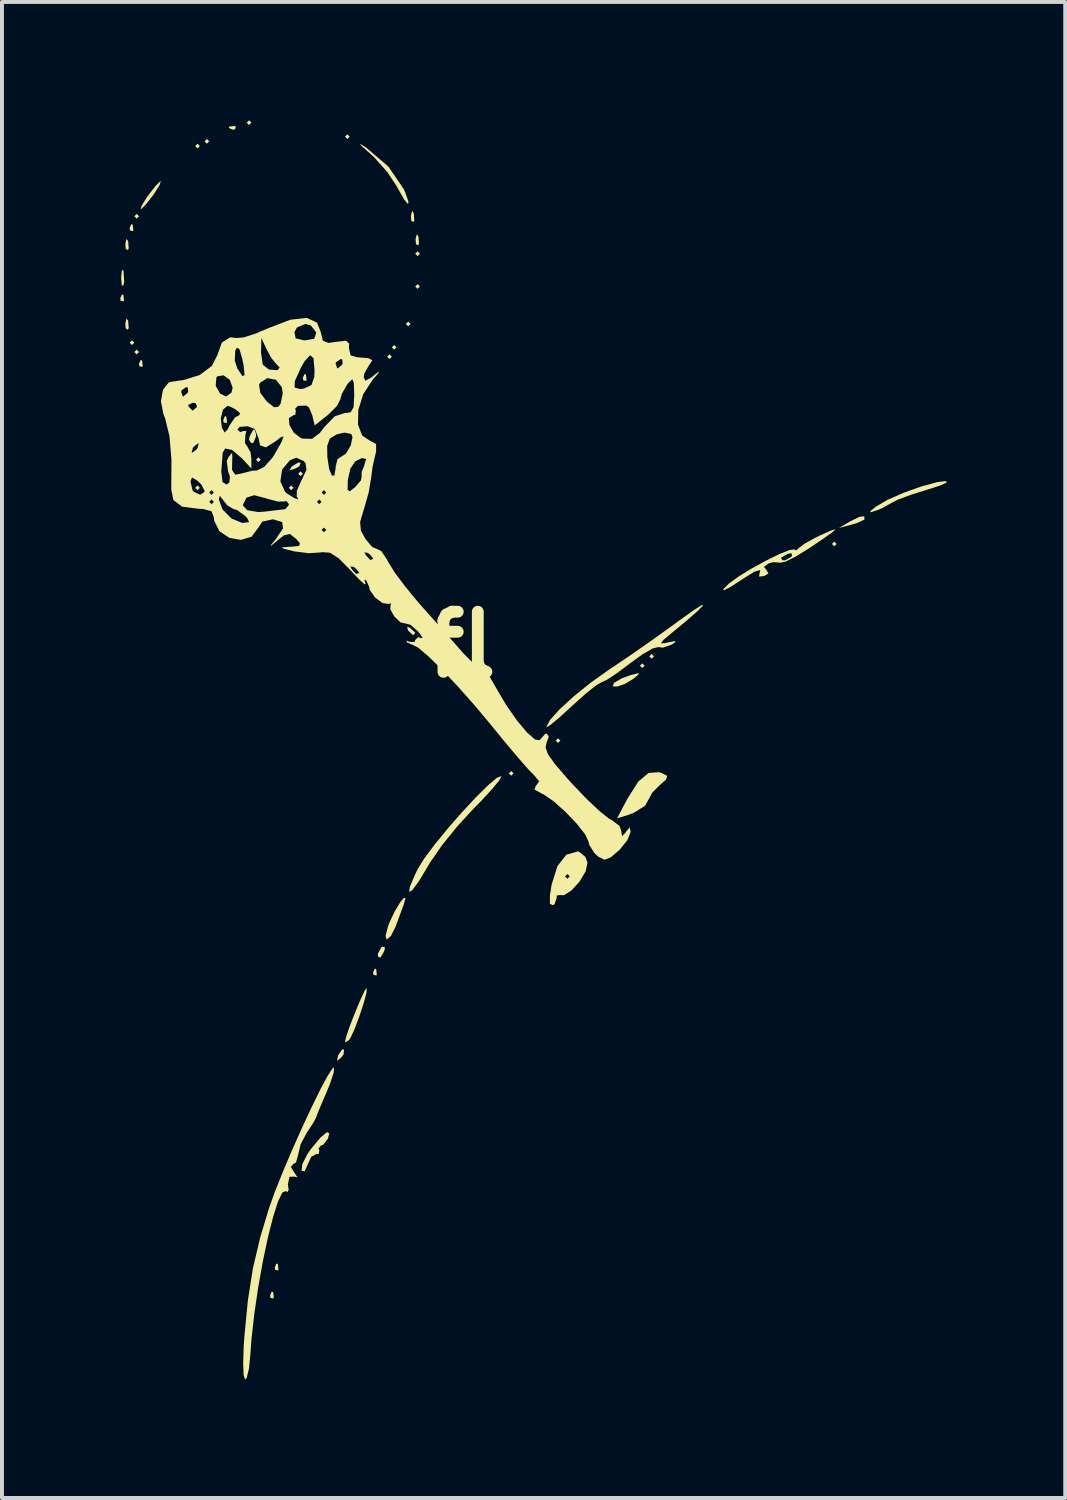
<source format=kicad_pcb>
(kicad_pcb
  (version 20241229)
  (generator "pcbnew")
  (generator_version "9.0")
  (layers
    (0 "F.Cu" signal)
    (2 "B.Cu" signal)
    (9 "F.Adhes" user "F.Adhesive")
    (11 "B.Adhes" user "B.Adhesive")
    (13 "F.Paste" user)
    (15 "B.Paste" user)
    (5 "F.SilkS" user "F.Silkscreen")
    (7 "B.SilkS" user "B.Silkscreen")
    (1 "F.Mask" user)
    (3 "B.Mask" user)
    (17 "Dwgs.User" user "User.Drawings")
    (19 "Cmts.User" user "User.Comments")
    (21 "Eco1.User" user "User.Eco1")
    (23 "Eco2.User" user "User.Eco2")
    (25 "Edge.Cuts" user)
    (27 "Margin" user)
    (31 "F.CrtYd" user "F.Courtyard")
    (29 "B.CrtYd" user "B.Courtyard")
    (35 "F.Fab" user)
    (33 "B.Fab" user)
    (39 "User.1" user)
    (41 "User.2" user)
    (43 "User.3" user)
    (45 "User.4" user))
  (footprint "fl"
    (layer "F.Cu")
    (at 8.664 13.293)
    (property "Reference" "fl" (at 0 0 0) (layer "F.SilkS") (effects (font (size 1.524 1.524) (thickness 0.3))))
    (attr board_only exclude_from_pos_files exclude_from_bom)
    (fp_poly (pts (xy -8.308 -7.656) (xy -8.368 -7.596) (xy -8.427 -7.656) (xy -8.368 -7.715)) (stroke (width 0) (type solid)) (fill yes) (layer "F.SilkS"))
    (fp_poly (pts (xy -8.19 -10.86) (xy -8.249 -10.801) (xy -8.308 -10.86) (xy -8.249 -10.92)) (stroke (width 0) (type solid)) (fill yes) (layer "F.SilkS"))
    (fp_poly (pts (xy -8.19 -7.418) (xy -8.249 -7.359) (xy -8.308 -7.418) (xy -8.249 -7.478)) (stroke (width 0) (type solid)) (fill yes) (layer "F.SilkS"))
    (fp_poly (pts (xy -6.647 -12.641) (xy -6.706 -12.581) (xy -6.765 -12.641) (xy -6.706 -12.7)) (stroke (width 0) (type solid)) (fill yes) (layer "F.SilkS"))
    (fp_poly (pts (xy -6.647 -3.976) (xy -6.706 -3.917) (xy -6.765 -3.976) (xy -6.706 -4.036)) (stroke (width 0) (type solid)) (fill yes) (layer "F.SilkS"))
    (fp_poly (pts (xy -6.409 -12.759) (xy -6.469 -12.7) (xy -6.528 -12.759) (xy -6.469 -12.819)) (stroke (width 0) (type solid)) (fill yes) (layer "F.SilkS"))
    (fp_poly (pts (xy -5.341 -13.234) (xy -5.4 -13.175) (xy -5.46 -13.234) (xy -5.4 -13.293)) (stroke (width 0) (type solid)) (fill yes) (layer "F.SilkS"))
    (fp_poly (pts (xy -5.104 -4.688) (xy -5.163 -4.629) (xy -5.222 -4.688) (xy -5.163 -4.748)) (stroke (width 0) (type solid)) (fill yes) (layer "F.SilkS"))
    (fp_poly (pts (xy -4.273 -3.976) (xy -4.332 -3.917) (xy -4.392 -3.976) (xy -4.332 -4.036)) (stroke (width 0) (type solid)) (fill yes) (layer "F.SilkS"))
    (fp_poly (pts (xy -4.036 -4.332) (xy -4.095 -4.273) (xy -4.154 -4.332) (xy -4.095 -4.392)) (stroke (width 0) (type solid)) (fill yes) (layer "F.SilkS"))
    (fp_poly (pts (xy -2.849 -12.878) (xy -2.908 -12.819) (xy -2.967 -12.878) (xy -2.908 -12.937)) (stroke (width 0) (type solid)) (fill yes) (layer "F.SilkS"))
    (fp_poly (pts (xy -1.78 -7.3) (xy -1.84 -7.24) (xy -1.899 -7.3) (xy -1.84 -7.359)) (stroke (width 0) (type solid)) (fill yes) (layer "F.SilkS"))
    (fp_poly (pts (xy -1.662 -7.537) (xy -1.721 -7.478) (xy -1.78 -7.537) (xy -1.721 -7.596)) (stroke (width 0) (type solid)) (fill yes) (layer "F.SilkS"))
    (fp_poly (pts (xy -1.306 -8.13) (xy -1.365 -8.071) (xy -1.424 -8.13) (xy -1.365 -8.19)) (stroke (width 0) (type solid)) (fill yes) (layer "F.SilkS"))
    (fp_poly (pts (xy -1.068 -9.911) (xy -1.128 -9.851) (xy -1.187 -9.911) (xy -1.128 -9.97)) (stroke (width 0) (type solid)) (fill yes) (layer "F.SilkS"))
    (fp_poly (pts (xy -1.068 -9.08) (xy -1.128 -9.021) (xy -1.187 -9.08) (xy -1.128 -9.139)) (stroke (width 0) (type solid)) (fill yes) (layer "F.SilkS"))
    (fp_poly (pts (xy 1.306 3.264) (xy 1.246 3.323) (xy 1.187 3.264) (xy 1.246 3.205)) (stroke (width 0) (type solid)) (fill yes) (layer "F.SilkS"))
    (fp_poly (pts (xy 2.493 2.433) (xy 2.433 2.493) (xy 2.374 2.433) (xy 2.433 2.374)) (stroke (width 0) (type solid)) (fill yes) (layer "F.SilkS"))
    (fp_poly (pts (xy 4.629 0.534) (xy 4.57 0.593) (xy 4.51 0.534) (xy 4.57 0.475)) (stroke (width 0) (type solid)) (fill yes) (layer "F.SilkS"))
    (fp_poly (pts (xy 4.866 0.297) (xy 4.807 0.356) (xy 4.748 0.297) (xy 4.807 0.237)) (stroke (width 0) (type solid)) (fill yes) (layer "F.SilkS"))
    (fp_poly (pts (xy 9.495 -2.552) (xy 9.436 -2.493) (xy 9.377 -2.552) (xy 9.436 -2.611)) (stroke (width 0) (type solid)) (fill yes) (layer "F.SilkS"))
    (fp_poly (pts (xy -8.585 -8.862) (xy -8.571 -8.721) (xy -8.585 -8.704) (xy -8.656 -8.72) (xy -8.664 -8.783) (xy -8.621 -8.881)) (stroke (width 0) (type solid)) (fill yes) (layer "F.SilkS"))
    (fp_poly (pts (xy -8.465 -10.23) (xy -8.451 -10.044) (xy -8.474 -10.002) (xy -8.528 -10.038) (xy -8.536 -10.158) (xy -8.507 -10.285)) (stroke (width 0) (type solid)) (fill yes) (layer "F.SilkS"))
    (fp_poly (pts (xy -8.465 -8.212) (xy -8.451 -8.026) (xy -8.474 -7.984) (xy -8.528 -8.02) (xy -8.536 -8.14) (xy -8.507 -8.267)) (stroke (width 0) (type solid)) (fill yes) (layer "F.SilkS"))
    (fp_poly (pts (xy -8.348 -10.643) (xy -8.334 -10.502) (xy -8.348 -10.484) (xy -8.419 -10.501) (xy -8.427 -10.564) (xy -8.384 -10.661)) (stroke (width 0) (type solid)) (fill yes) (layer "F.SilkS"))
    (fp_poly (pts (xy -8.111 -7.201) (xy -8.096 -7.06) (xy -8.111 -7.042) (xy -8.181 -7.059) (xy -8.19 -7.121) (xy -8.146 -7.219)) (stroke (width 0) (type solid)) (fill yes) (layer "F.SilkS"))
    (fp_poly (pts (xy -5.974 -5.776) (xy -5.96 -5.635) (xy -5.974 -5.618) (xy -6.045 -5.634) (xy -6.053 -5.697) (xy -6.01 -5.795)) (stroke (width 0) (type solid)) (fill yes) (layer "F.SilkS"))
    (fp_poly (pts (xy -5.737 -13.135) (xy -5.753 -13.065) (xy -5.816 -13.056) (xy -5.914 -13.1) (xy -5.895 -13.135) (xy -5.754 -13.149)) (stroke (width 0) (type solid)) (fill yes) (layer "F.SilkS"))
    (fp_poly (pts (xy -4.787 16.419) (xy -4.773 16.56) (xy -4.787 16.577) (xy -4.858 16.561) (xy -4.866 16.498) (xy -4.823 16.4)) (stroke (width 0) (type solid)) (fill yes) (layer "F.SilkS"))
    (fp_poly (pts (xy -4.669 15.707) (xy -4.654 15.848) (xy -4.669 15.865) (xy -4.739 15.849) (xy -4.748 15.786) (xy -4.704 15.688)) (stroke (width 0) (type solid)) (fill yes) (layer "F.SilkS"))
    (fp_poly (pts (xy -3.956 -6.845) (xy -3.942 -6.704) (xy -3.956 -6.686) (xy -4.027 -6.703) (xy -4.036 -6.765) (xy -3.992 -6.863)) (stroke (width 0) (type solid)) (fill yes) (layer "F.SilkS"))
    (fp_poly (pts (xy -2.176 8.229) (xy -2.162 8.37) (xy -2.176 8.388) (xy -2.247 8.371) (xy -2.255 8.308) (xy -2.212 8.211)) (stroke (width 0) (type solid)) (fill yes) (layer "F.SilkS"))
    (fp_poly (pts (xy -1.225 -10.942) (xy -1.21 -10.756) (xy -1.234 -10.714) (xy -1.288 -10.75) (xy -1.296 -10.87) (xy -1.267 -10.997)) (stroke (width 0) (type solid)) (fill yes) (layer "F.SilkS"))
    (fp_poly (pts (xy -1.106 -10.348) (xy -1.092 -10.163) (xy -1.115 -10.121) (xy -1.169 -10.156) (xy -1.178 -10.277) (xy -1.149 -10.403)) (stroke (width 0) (type solid)) (fill yes) (layer "F.SilkS"))
    (fp_poly (pts (xy -4.092 -4.606) (xy -4.127 -4.518) (xy -4.238 -4.459) (xy -4.377 -4.422) (xy -4.32 -4.509) (xy -4.305 -4.525) (xy -4.149 -4.619)) (stroke (width 0) (type solid)) (fill yes) (layer "F.SilkS"))
    (fp_poly (pts (xy -3.004 10.389) (xy -3.071 10.477) (xy -3.171 10.552) (xy -3.146 10.433) (xy -3.138 10.41) (xy -3.044 10.265) (xy -2.99 10.264)) (stroke (width 0) (type solid)) (fill yes) (layer "F.SilkS"))
    (fp_poly (pts (xy -1.952 7.676) (xy -1.972 7.768) (xy -2.068 7.935) (xy -2.13 7.907) (xy -2.136 7.841) (xy -2.05 7.68) (xy -2.019 7.656)) (stroke (width 0) (type solid)) (fill yes) (layer "F.SilkS"))
    (fp_poly (pts (xy -1.324 -0.427) (xy -1.198 -0.316) (xy -1.187 -0.29) (xy -1.243 -0.241) (xy -1.361 -0.35) (xy -1.376 -0.374) (xy -1.39 -0.456)) (stroke (width 0) (type solid)) (fill yes) (layer "F.SilkS"))
    (fp_poly (pts (xy 10.202 -3.171) (xy 10.017 -3.084) (xy 9.851 -3.036) (xy 9.555 -2.957) (xy 9.851 -3.131) (xy 10.078 -3.24) (xy 10.197 -3.254)) (stroke (width 0) (type solid)) (fill yes) (layer "F.SilkS"))
    (fp_poly (pts (xy -8.588 -9.484) (xy -8.582 -9.463) (xy -8.565 -9.205) (xy -8.587 -9.107) (xy -8.626 -9.103) (xy -8.642 -9.289) (xy -8.641 -9.317) (xy -8.624 -9.501)) (stroke (width 0) (type solid)) (fill yes) (layer "F.SilkS"))
    (fp_poly (pts (xy -5.228 -5.363) (xy -5.222 -5.282) (xy -5.285 -5.124) (xy -5.337 -5.104) (xy -5.403 -5.191) (xy -5.384 -5.282) (xy -5.3 -5.438) (xy -5.269 -5.46)) (stroke (width 0) (type solid)) (fill yes) (layer "F.SilkS"))
    (fp_poly (pts (xy 4.468 0.764) (xy 4.332 0.874) (xy 4.132 0.994) (xy 3.939 1.06) (xy 3.822 1.06) (xy 3.847 0.979) (xy 3.863 0.963) (xy 4.058 0.851) (xy 4.273 0.773) (xy 4.476 0.721)) (stroke (width 0) (type solid)) (fill yes) (layer "F.SilkS"))
    (fp_poly (pts (xy -7.661 -11.666) (xy -7.789 -11.458) (xy -7.834 -11.394) (xy -8.014 -11.162) (xy -8.134 -11.043) (xy -8.147 -11.038) (xy -8.125 -11.122) (xy -7.997 -11.331) (xy -7.952 -11.394) (xy -7.772 -11.627) (xy -7.652 -11.746) (xy -7.639 -11.75)) (stroke (width 0) (type solid)) (fill yes) (layer "F.SilkS"))
    (fp_poly (pts (xy -1.434 6.429) (xy -1.478 6.587) (xy -1.587 6.882) (xy -1.685 7.151) (xy -1.803 7.385) (xy -1.912 7.478) (xy -1.939 7.382) (xy -1.878 7.142) (xy -1.835 7.032) (xy -1.704 6.758) (xy -1.573 6.54) (xy -1.473 6.418)) (stroke (width 0) (type solid)) (fill yes) (layer "F.SilkS"))
    (fp_poly (pts (xy -2.424 8.83) (xy -2.497 9.101) (xy -2.607 9.434) (xy -2.727 9.752) (xy -2.832 9.977) (xy -2.864 10.024) (xy -2.958 10.084) (xy -2.967 10.064) (xy -2.928 9.907) (xy -2.83 9.629) (xy -2.701 9.3) (xy -2.57 8.989) (xy -2.465 8.767) (xy -2.416 8.701)) (stroke (width 0) (type solid)) (fill yes) (layer "F.SilkS"))
    (fp_poly (pts (xy 5.058 3.254) (xy 5.201 3.328) (xy 5.174 3.42) (xy 5.015 3.559) (xy 4.821 3.753) (xy 4.748 3.892) (xy 4.64 4.085) (xy 4.357 4.262) (xy 4.191 4.324) (xy 3.93 4.403) (xy 4.195 3.903) (xy 4.469 3.47) (xy 4.729 3.253) (xy 4.997 3.234)) (stroke (width 0) (type solid)) (fill yes) (layer "F.SilkS"))
    (fp_poly (pts (xy -2.435 -12.604) (xy -2.433 -12.603) (xy -1.867 -12.119) (xy -1.481 -11.554) (xy -1.449 -11.483) (xy -1.357 -11.23) (xy -1.369 -11.167) (xy -1.466 -11.284) (xy -1.628 -11.566) (xy -1.653 -11.616) (xy -1.896 -11.983) (xy -2.223 -12.351) (xy -2.338 -12.457) (xy -2.556 -12.648) (xy -2.588 -12.697)) (stroke (width 0) (type solid)) (fill yes) (layer "F.SilkS"))
    (fp_poly (pts (xy -3.365 12.389) (xy -3.399 12.522) (xy -3.519 12.679) (xy -3.58 12.7) (xy -3.639 12.774) (xy -3.618 12.822) (xy -3.633 12.912) (xy -3.69 12.911) (xy -3.824 12.985) (xy -3.911 13.174) (xy -3.991 13.353) (xy -4.068 13.338) (xy -4.051 13.172) (xy -3.915 12.907) (xy -3.825 12.779) (xy -3.586 12.494) (xy -3.425 12.359)) (stroke (width 0) (type solid)) (fill yes) (layer "F.SilkS"))
    (fp_poly (pts (xy 12.292 -4.114) (xy 12.13 -4.037) (xy 11.808 -3.933) (xy 11.784 -3.926) (xy 11.376 -3.798) (xy 11.05 -3.676) (xy 10.894 -3.597) (xy 10.653 -3.46) (xy 10.504 -3.401) (xy 10.34 -3.353) (xy 10.368 -3.399) (xy 10.497 -3.501) (xy 10.785 -3.67) (xy 11.198 -3.851) (xy 11.646 -4.011) (xy 12.042 -4.119) (xy 12.259 -4.146)) (stroke (width 0) (type solid)) (fill yes) (layer "F.SilkS"))
    (fp_poly (pts (xy 0.999 3.333) (xy 0.948 3.437) (xy 0.759 3.666) (xy 0.469 3.979) (xy 0.291 4.16) (xy -0.117 4.602) (xy -0.508 5.086) (xy -0.81 5.523) (xy -0.86 5.608) (xy -1.099 6.005) (xy -1.265 6.227) (xy -1.344 6.269) (xy -1.319 6.127) (xy -1.177 5.797) (xy -1.121 5.684) (xy -0.95 5.411) (xy -0.684 5.055) (xy -0.356 4.655) (xy -0.001 4.249) (xy 0.346 3.876) (xy 0.651 3.573) (xy 0.88 3.379) (xy 0.998 3.332)) (stroke (width 0) (type solid)) (fill yes) (layer "F.SilkS"))
    (fp_poly (pts (xy 2.965 5.25) (xy 3.127 5.381) (xy 3.18 5.527) (xy 3.133 5.749) (xy 2.98 6.006) (xy 2.776 6.231) (xy 2.582 6.354) (xy 2.489 6.348) (xy 2.398 6.361) (xy 2.401 6.415) (xy 2.344 6.581) (xy 2.299 6.607) (xy 2.227 6.567) (xy 2.229 6.346) (xy 2.27 6.088) (xy 2.337 5.875) (xy 2.611 5.875) (xy 2.671 5.935) (xy 2.73 5.875) (xy 2.671 5.816) (xy 2.611 5.875) (xy 2.337 5.875) (xy 2.419 5.614) (xy 2.645 5.325) (xy 2.928 5.244)) (stroke (width 0) (type solid)) (fill yes) (layer "F.SilkS"))
    (fp_poly (pts (xy 6.11 -0.992) (xy 5.968 -0.848) (xy 5.665 -0.584) (xy 5.341 -0.317) (xy 5.103 -0.118) (xy 5.041 -0.034) (xy 5.143 -0.037) (xy 5.222 -0.056) (xy 5.412 -0.095) (xy 5.393 -0.053) (xy 5.311 0.001) (xy 5.091 0.077) (xy 4.987 0.061) (xy 4.842 0.092) (xy 4.576 0.245) (xy 4.265 0.47) (xy 3.936 0.717) (xy 3.674 0.89) (xy 3.543 0.95) (xy 3.407 1.026) (xy 3.152 1.228) (xy 2.832 1.514) (xy 2.782 1.56) (xy 2.475 1.841) (xy 2.247 2.031) (xy 2.14 2.096) (xy 2.136 2.091) (xy 2.228 1.913) (xy 2.473 1.64) (xy 2.831 1.312) (xy 3.258 0.967) (xy 3.712 0.644) (xy 3.732 0.63) (xy 4.228 0.297) (xy 4.808 -0.107) (xy 5.368 -0.509) (xy 5.519 -0.62) (xy 5.891 -0.886) (xy 6.086 -1.007)) (stroke (width 0) (type solid)) (fill yes) (layer "F.SilkS"))
    (fp_poly (pts (xy 9.406 -2.863) (xy 9.161 -2.688) (xy 8.801 -2.444) (xy 8.461 -2.234) (xy 8.196 -2.102) (xy 8.07 -2.078) (xy 7.889 -2.091) (xy 7.775 -2.061) (xy 7.654 -1.971) (xy 7.715 -1.899) (xy 7.768 -1.804) (xy 7.659 -1.739) (xy 7.529 -1.725) (xy 7.538 -1.782) (xy 7.561 -1.89) (xy 7.42 -1.853) (xy 7.14 -1.681) (xy 6.824 -1.474) (xy 6.643 -1.378) (xy 6.618 -1.401) (xy 6.765 -1.547) (xy 7.002 -1.721) (xy 7.33 -1.923) (xy 7.692 -2.122) (xy 7.86 -2.205) (xy 8.088 -2.205) (xy 8.116 -2.143) (xy 8.183 -2.136) (xy 8.344 -2.223) (xy 8.367 -2.254) (xy 8.348 -2.321) (xy 8.255 -2.3) (xy 8.088 -2.205) (xy 7.86 -2.205) (xy 8.033 -2.29) (xy 8.296 -2.397) (xy 8.424 -2.416) (xy 8.429 -2.405) (xy 8.482 -2.392) (xy 8.518 -2.433) (xy 8.673 -2.553) (xy 8.959 -2.712) (xy 9.08 -2.771) (xy 9.356 -2.894) (xy 9.468 -2.928)) (stroke (width 0) (type solid)) (fill yes) (layer "F.SilkS"))
    (fp_poly (pts (xy -3.255 10.854) (xy -3.346 11.13) (xy -3.439 11.355) (xy -3.582 11.688) (xy -3.677 11.922) (xy -3.699 11.988) (xy -3.766 12.116) (xy -3.918 12.346) (xy -3.93 12.362) (xy -4.09 12.662) (xy -4.154 12.926) (xy -4.208 13.125) (xy -4.287 13.175) (xy -4.341 13.242) (xy -4.258 13.376) (xy -4.171 13.507) (xy -4.243 13.487) (xy -4.374 13.491) (xy -4.415 13.68) (xy -4.396 13.828) (xy -4.431 13.88) (xy -4.465 13.853) (xy -4.555 13.888) (xy -4.667 14.121) (xy -4.792 14.516) (xy -4.923 15.034) (xy -5.051 15.64) (xy -5.168 16.295) (xy -5.266 16.962) (xy -5.338 17.605) (xy -5.368 18.011) (xy -5.403 18.36) (xy -5.459 18.586) (xy -5.5 18.635) (xy -5.536 18.525) (xy -5.549 18.233) (xy -5.536 17.811) (xy -5.523 17.596) (xy -5.431 16.636) (xy -5.302 15.811) (xy -5.115 15.019) (xy -4.899 14.302) (xy -4.751 13.887) (xy -4.55 13.383) (xy -4.316 12.83) (xy -4.066 12.268) (xy -3.819 11.739) (xy -3.595 11.281) (xy -3.41 10.937) (xy -3.286 10.745) (xy -3.245 10.721)) (stroke (width 0) (type solid)) (fill yes) (layer "F.SilkS"))
    (fp_poly (pts (xy -3.677 -8.163) (xy -3.583 -7.927) (xy -3.53 -7.707) (xy -3.392 -7.648) (xy -3.188 -7.677) (xy -2.942 -7.705) (xy -2.862 -7.632) (xy -2.869 -7.524) (xy -2.826 -7.335) (xy -2.671 -7.287) (xy -2.374 -7.262) (xy -2.275 -7.212) (xy -2.334 -7.114) (xy -2.35 -7.098) (xy -2.477 -6.876) (xy -2.493 -6.783) (xy -2.455 -6.691) (xy -2.316 -6.761) (xy -2.225 -6.834) (xy -2.096 -6.933) (xy -2.127 -6.875) (xy -2.275 -6.704) (xy -2.507 -6.345) (xy -2.63 -5.95) (xy -2.639 -5.581) (xy -2.533 -5.302) (xy -2.358 -5.184) (xy -2.179 -5.087) (xy -2.179 -4.887) (xy -2.192 -4.844) (xy -2.267 -4.514) (xy -2.307 -4.214) (xy -2.368 -3.854) (xy -2.481 -3.457) (xy -2.493 -3.422) (xy -2.585 -3.109) (xy -2.564 -2.889) (xy -2.448 -2.677) (xy -2.281 -2.478) (xy -2.155 -2.422) (xy -2.151 -2.424) (xy -2.045 -2.369) (xy -1.903 -2.157) (xy -1.875 -2.102) (xy -1.712 -1.836) (xy -1.436 -1.467) (xy -1.1 -1.06) (xy -0.995 -0.941) (xy -0.63 -0.531) (xy -0.282 -0.14) (xy -0.015 0.164) (xy 0.034 0.221) (xy 0.256 0.443) (xy 0.419 0.548) (xy 0.454 0.547) (xy 0.551 0.613) (xy 0.714 0.839) (xy 0.869 1.107) (xy 1.124 1.539) (xy 1.393 1.924) (xy 1.645 2.225) (xy 1.848 2.404) (xy 1.969 2.425) (xy 1.982 2.404) (xy 2.105 2.266) (xy 2.151 2.255) (xy 2.199 2.338) (xy 2.146 2.474) (xy 2.117 2.607) (xy 2.18 2.781) (xy 2.358 3.032) (xy 2.676 3.4) (xy 2.798 3.535) (xy 3.157 3.91) (xy 3.481 4.216) (xy 3.723 4.41) (xy 3.801 4.452) (xy 3.993 4.597) (xy 4.037 4.726) (xy 4.056 4.858) (xy 4.138 4.772) (xy 4.154 4.748) (xy 4.247 4.632) (xy 4.271 4.728) (xy 4.271 4.757) (xy 4.19 4.959) (xy 3.996 5.2) (xy 3.771 5.392) (xy 3.612 5.455) (xy 3.448 5.372) (xy 3.353 5.282) (xy 3.226 5.079) (xy 3.205 4.99) (xy 3.121 4.81) (xy 2.909 4.541) (xy 2.626 4.244) (xy 2.33 3.978) (xy 2.078 3.803) (xy 2.026 3.779) (xy 1.836 3.673) (xy 1.87 3.579) (xy 1.879 3.573) (xy 1.956 3.465) (xy 1.831 3.316) (xy 1.679 3.16) (xy 1.418 2.863) (xy 1.087 2.469) (xy 0.77 2.08) (xy 0.338 1.562) (xy -0.097 1.071) (xy -0.504 0.639) (xy -0.854 0.296) (xy -1.114 0.075) (xy -1.253 0.006) (xy -1.389 -0.053) (xy -1.405 -0.068) (xy -1.399 -0.102) (xy -1.335 -0.071) (xy -1.205 -0.066) (xy -1.187 -0.119) (xy -1.11 -0.19) (xy -1.039 -0.165) (xy -0.998 -0.175) (xy -1.102 -0.319) (xy -1.114 -0.333) (xy -1.301 -0.5) (xy -1.424 -0.534) (xy -1.562 -0.564) (xy -1.72 -0.717) (xy -1.821 -0.901) (xy -1.81 -1.008) (xy -1.802 -1.054) (xy -1.854 -1.031) (xy -2.016 -1.053) (xy -2.209 -1.199) (xy -2.34 -1.389) (xy -2.355 -1.464) (xy -2.43 -1.63) (xy -2.442 -1.642) (xy -2.477 -1.628) (xy -2.444 -1.543) (xy -2.468 -1.526) (xy -2.615 -1.66) (xy -2.828 -1.885) (xy -2.925 -1.984) (xy -2.829 -1.984) (xy -2.801 -1.917) (xy -2.681 -1.79) (xy -2.612 -1.816) (xy -2.611 -1.833) (xy -2.696 -1.933) (xy -2.748 -1.97) (xy -2.829 -1.984) (xy -2.925 -1.984) (xy -3.127 -2.188) (xy -3.347 -2.33) (xy -3.48 -2.34) (xy -2.473 -2.34) (xy -2.445 -2.273) (xy -2.325 -2.146) (xy -2.256 -2.172) (xy -2.255 -2.189) (xy -2.339 -2.289) (xy -2.392 -2.326) (xy -2.473 -2.34) (xy -3.48 -2.34) (xy -3.545 -2.345) (xy -3.578 -2.338) (xy -3.887 -2.318) (xy -4.254 -2.364) (xy -4.273 -2.369) (xy -4.529 -2.434) (xy -4.567 -2.465) (xy -4.397 -2.479) (xy -4.353 -2.48) (xy -4.129 -2.502) (xy -4.111 -2.573) (xy -4.21 -2.684) (xy -4.366 -2.806) (xy -4.512 -2.772) (xy -4.664 -2.655) (xy -4.842 -2.507) (xy -4.851 -2.519) (xy -4.718 -2.68) (xy -4.566 -2.908) (xy -3.561 -2.908) (xy -3.501 -2.849) (xy -3.442 -2.908) (xy -3.501 -2.967) (xy -3.561 -2.908) (xy -4.566 -2.908) (xy -4.538 -2.949) (xy -4.56 -3.107) (xy -4.786 -3.176) (xy -4.8 -3.177) (xy -5.065 -3.118) (xy -5.164 -2.966) (xy -5.335 -2.736) (xy -5.605 -2.656) (xy -5.901 -2.708) (xy -6.151 -2.875) (xy -6.284 -3.142) (xy -6.291 -3.223) (xy -6.351 -3.381) (xy -6.569 -3.44) (xy -6.676 -3.444) (xy -7.094 -3.497) (xy -7.259 -3.62) (xy -6.409 -3.62) (xy -6.35 -3.561) (xy -6.291 -3.62) (xy -6.35 -3.679) (xy -6.409 -3.62) (xy -7.259 -3.62) (xy -7.317 -3.664) (xy -7.323 -3.689) (xy -6.168 -3.689) (xy -6.075 -3.43) (xy -5.847 -3.199) (xy -5.578 -3.087) (xy -5.552 -3.086) (xy -5.397 -3.106) (xy -5.445 -3.205) (xy -5.502 -3.264) (xy -5.7 -3.41) (xy -5.802 -3.442) (xy -5.954 -3.533) (xy -5.955 -3.534) (xy -5.559 -3.534) (xy -5.446 -3.407) (xy -5.167 -3.361) (xy -5.006 -3.372) (xy -4.696 -3.409) (xy -4.497 -3.432) (xy -4.481 -3.434) (xy -4.395 -3.535) (xy -4.392 -3.568) (xy -4.438 -3.62) (xy -3.679 -3.62) (xy -3.62 -3.561) (xy -3.561 -3.62) (xy -3.62 -3.679) (xy -3.679 -3.62) (xy -4.438 -3.62) (xy -4.459 -3.644) (xy -4.493 -3.631) (xy -4.663 -3.626) (xy -4.941 -3.699) (xy -4.966 -3.709) (xy -5.271 -3.788) (xy -5.455 -3.731) (xy -5.472 -3.715) (xy -5.559 -3.534) (xy -5.955 -3.534) (xy -6.044 -3.65) (xy -6.14 -3.772) (xy -6.168 -3.689) (xy -7.323 -3.689) (xy -7.372 -3.931) (xy -7.371 -4.129) (xy -6.884 -4.129) (xy -6.836 -3.922) (xy -6.805 -3.877) (xy -6.642 -3.801) (xy -6.55 -3.857) (xy -6.409 -3.857) (xy -6.35 -3.798) (xy -6.291 -3.857) (xy -6.35 -3.917) (xy -6.409 -3.857) (xy -6.55 -3.857) (xy -6.533 -3.868) (xy -6.528 -3.902) (xy -6.609 -4.057) (xy -6.706 -4.154) (xy -6.847 -4.239) (xy -6.884 -4.14) (xy -6.884 -4.129) (xy -7.371 -4.129) (xy -7.369 -4.394) (xy -6.104 -4.394) (xy -6.072 -4.12) (xy -5.973 -4.058) (xy -5.899 -4.11) (xy -5.896 -4.139) (xy -4.606 -4.139) (xy -4.488 -3.877) (xy -4.44 -3.834) (xy -4.246 -3.712) (xy -4.146 -3.681) (xy -4.191 -3.755) (xy -4.189 -3.857) (xy -3.561 -3.857) (xy -3.501 -3.798) (xy -3.442 -3.857) (xy -3.501 -3.917) (xy -3.561 -3.857) (xy -4.189 -3.857) (xy -4.189 -3.898) (xy -4.176 -3.928) (xy -2.902 -3.928) (xy -2.847 -3.885) (xy -2.706 -3.998) (xy -2.563 -4.165) (xy -2.547 -4.248) (xy -2.544 -4.383) (xy -2.484 -4.526) (xy -2.431 -4.709) (xy -2.543 -4.729) (xy -2.711 -4.643) (xy -2.831 -4.462) (xy -2.896 -4.173) (xy -2.902 -3.928) (xy -4.176 -3.928) (xy -4.082 -4.143) (xy -4.067 -4.17) (xy -3.944 -4.432) (xy -3.968 -4.599) (xy -4.014 -4.655) (xy -4.204 -4.739) (xy -4.365 -4.674) (xy -4.562 -4.438) (xy -4.606 -4.139) (xy -5.896 -4.139) (xy -5.885 -4.263) (xy -5.93 -4.384) (xy -5.965 -4.654) (xy -5.921 -4.754) (xy -5.831 -4.864) (xy -5.823 -4.766) (xy -5.825 -4.748) (xy -5.832 -4.43) (xy -5.752 -4.309) (xy -5.608 -4.335) (xy -5.321 -4.408) (xy -5.2 -4.415) (xy -5.017 -4.505) (xy -4.809 -4.737) (xy -4.755 -4.822) (xy -4.635 -5.034) (xy -3.42 -5.034) (xy -3.415 -4.751) (xy -3.37 -4.455) (xy -3.302 -4.289) (xy -3.237 -4.285) (xy -3.205 -4.475) (xy -3.205 -4.51) (xy -3.157 -4.703) (xy -3.09 -4.748) (xy -2.944 -4.842) (xy -2.822 -5.05) (xy -2.777 -5.26) (xy -2.808 -5.341) (xy -2.984 -5.376) (xy -3.178 -5.331) (xy -3.353 -5.224) (xy -3.42 -5.034) (xy -4.635 -5.034) (xy -4.575 -5.14) (xy -4.524 -5.279) (xy -4.6 -5.256) (xy -4.718 -5.161) (xy -4.974 -5.001) (xy -5.121 -5.052) (xy -5.16 -5.241) (xy -5.255 -5.466) (xy -5.43 -5.536) (xy -5.637 -5.522) (xy -5.697 -5.452) (xy -5.622 -5.388) (xy -5.558 -5.413) (xy -5.469 -5.419) (xy -5.494 -5.305) (xy -5.503 -5.106) (xy -5.455 -5.041) (xy -5.362 -4.878) (xy -5.341 -4.718) (xy -5.341 -4.466) (xy -5.583 -4.725) (xy -5.833 -4.937) (xy -6.006 -4.972) (xy -6.068 -4.866) (xy -6.104 -4.394) (xy -7.369 -4.394) (xy -7.367 -4.695) (xy -7.383 -4.874) (xy -6.855 -4.874) (xy -6.839 -4.866) (xy -6.73 -4.95) (xy -6.706 -4.985) (xy -6.676 -5.096) (xy -6.692 -5.104) (xy -6.8 -5.02) (xy -6.825 -4.985) (xy -6.855 -4.874) (xy -7.383 -4.874) (xy -7.416 -5.276) (xy -7.525 -5.727) (xy -7.527 -5.733) (xy -6.117 -5.733) (xy -6.088 -5.497) (xy -6.018 -5.377) (xy -5.941 -5.459) (xy -5.895 -5.557) (xy -5.769 -5.741) (xy -4.391 -5.741) (xy -4.377 -5.569) (xy -4.266 -5.375) (xy -4.086 -5.238) (xy -4.037 -5.222) (xy -3.801 -5.218) (xy -3.604 -5.367) (xy -3.495 -5.514) (xy -3.228 -5.788) (xy -2.989 -5.866) (xy -2.823 -5.891) (xy -2.749 -6.023) (xy -2.734 -6.326) (xy -2.734 -6.341) (xy -2.743 -6.636) (xy -2.781 -6.728) (xy -2.869 -6.649) (xy -2.912 -6.594) (xy -3.049 -6.357) (xy -3.086 -6.217) (xy -3.172 -6.051) (xy -3.382 -5.839) (xy -3.412 -5.814) (xy -3.737 -5.558) (xy -3.797 -5.813) (xy -3.879 -6.011) (xy -3.946 -6.06) (xy -4.142 -6.053) (xy -4.161 -6.053) (xy -4.232 -5.981) (xy -4.214 -5.935) (xy -4.228 -5.825) (xy -4.274 -5.816) (xy -4.391 -5.741) (xy -5.769 -5.741) (xy -5.757 -5.758) (xy -5.649 -5.818) (xy -5.627 -5.864) (xy -5.732 -5.959) (xy -5.884 -6.038) (xy -5.952 -6.051) (xy -6.063 -5.955) (xy -6.117 -5.733) (xy -7.527 -5.733) (xy -7.573 -5.853) (xy -7.617 -6.08) (xy -6.94 -6.08) (xy -6.931 -6.033) (xy -6.834 -5.936) (xy -6.825 -5.935) (xy -6.73 -6.016) (xy -6.718 -6.033) (xy -6.754 -6.121) (xy -6.825 -6.132) (xy -6.94 -6.08) (xy -7.617 -6.08) (xy -7.635 -6.169) (xy -7.592 -6.409) (xy -7.121 -6.409) (xy -7.081 -6.294) (xy -7.069 -6.291) (xy -6.968 -6.374) (xy -6.943 -6.409) (xy -6.953 -6.519) (xy -6.996 -6.528) (xy -7.117 -6.442) (xy -7.121 -6.409) (xy -7.592 -6.409) (xy -7.582 -6.463) (xy -7.502 -6.563) (xy -6.246 -6.563) (xy -6.132 -6.362) (xy -5.981 -6.291) (xy -5.845 -6.389) (xy -5.816 -6.515) (xy -5.843 -6.588) (xy -5.146 -6.588) (xy -5.116 -6.386) (xy -4.957 -6.171) (xy -4.765 -6.018) (xy -4.655 -6.03) (xy -4.598 -6.113) (xy -4.546 -6.373) (xy -4.568 -6.516) (xy -4.245 -6.516) (xy -4.104 -6.479) (xy -4.006 -6.493) (xy -3.818 -6.579) (xy -3.746 -6.785) (xy -3.739 -6.952) (xy -3.754 -7.121) (xy -3.205 -7.121) (xy -3.164 -7.006) (xy -3.152 -7.003) (xy -3.051 -7.086) (xy -3.027 -7.121) (xy -3.036 -7.231) (xy -3.079 -7.24) (xy -3.2 -7.154) (xy -3.205 -7.121) (xy -3.754 -7.121) (xy -3.766 -7.26) (xy -3.85 -7.338) (xy -3.992 -7.186) (xy -4.092 -7.009) (xy -4.239 -6.681) (xy -4.245 -6.516) (xy -4.568 -6.516) (xy -4.57 -6.53) (xy -4.72 -6.716) (xy -4.938 -6.756) (xy -5.12 -6.64) (xy -5.146 -6.588) (xy -5.843 -6.588) (xy -5.889 -6.714) (xy -6.047 -6.828) (xy -6.202 -6.803) (xy -6.228 -6.771) (xy -6.246 -6.563) (xy -7.502 -6.563) (xy -7.437 -6.644) (xy -7.384 -6.662) (xy -7.207 -6.688) (xy -7.062 -6.708) (xy -6.654 -6.834) (xy -6.343 -7.065) (xy -6.273 -7.203) (xy -5.763 -7.203) (xy -5.697 -7.002) (xy -5.568 -6.807) (xy -5.514 -6.833) (xy -5.537 -7.073) (xy -5.571 -7.241) (xy -5.616 -7.397) (xy -5.096 -7.397) (xy -5.052 -7.097) (xy -4.896 -6.974) (xy -4.677 -6.959) (xy -4.624 -7.026) (xy -4.695 -7.098) (xy -4.831 -7.261) (xy -4.951 -7.478) (xy -5.088 -7.774) (xy -5.096 -7.397) (xy -5.616 -7.397) (xy -5.644 -7.491) (xy -5.709 -7.526) (xy -5.749 -7.457) (xy -5.763 -7.203) (xy -6.273 -7.203) (xy -6.199 -7.349) (xy -6.199 -7.355) (xy -6.089 -7.658) (xy -5.877 -7.792) (xy -5.718 -7.774) (xy -5.533 -7.79) (xy -5.215 -7.893) (xy -5.146 -7.923) (xy -4.25 -7.923) (xy -4.219 -7.765) (xy -4.009 -7.715) (xy -3.976 -7.715) (xy -3.746 -7.756) (xy -3.698 -7.901) (xy -3.702 -7.923) (xy -3.836 -8.094) (xy -3.976 -8.13) (xy -4.186 -8.04) (xy -4.25 -7.923) (xy -5.146 -7.923) (xy -4.919 -8.02) (xy -4.354 -8.237) (xy -3.938 -8.284)) (stroke (width 0) (type solid)) (fill yes) (layer "F.SilkS")))
  (gr_rect
    (start -3 -3)
    (end 23.956 34.928)
    (stroke (width 0.1) (type default))
    (fill no)
    (layer "Edge.Cuts")))
</source>
